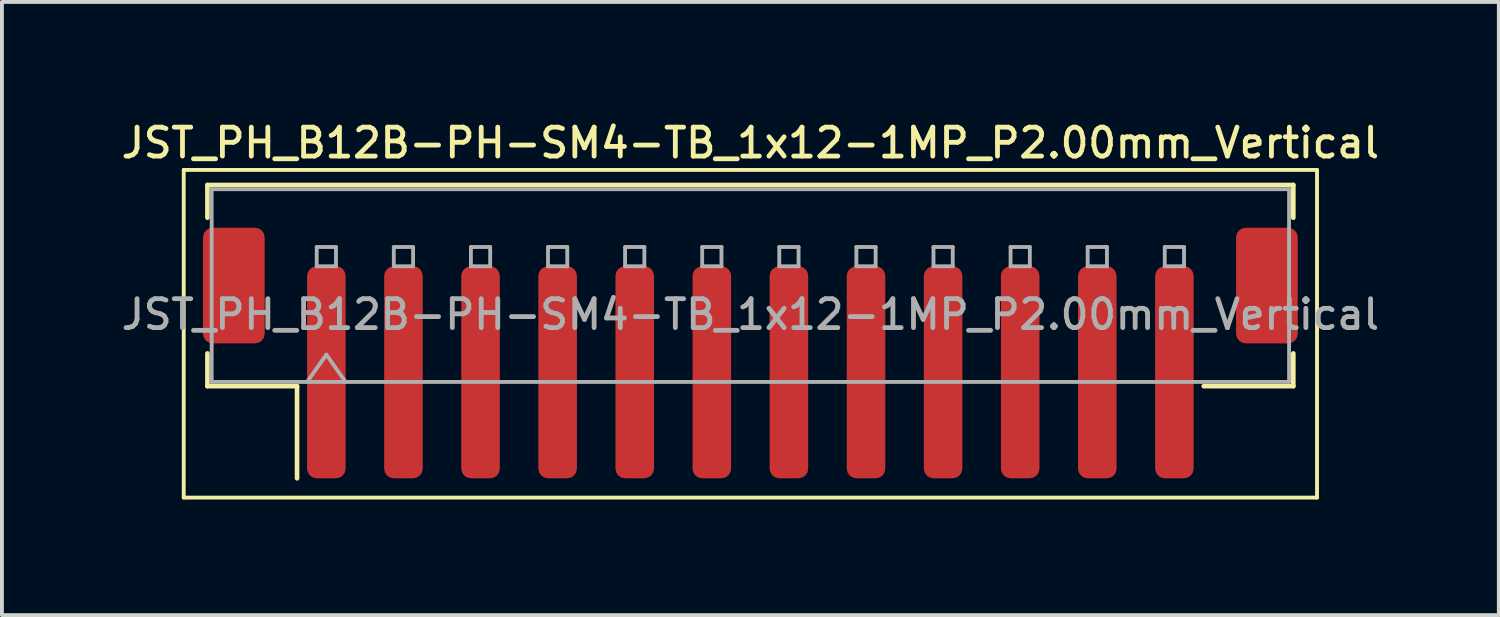
<source format=kicad_pcb>
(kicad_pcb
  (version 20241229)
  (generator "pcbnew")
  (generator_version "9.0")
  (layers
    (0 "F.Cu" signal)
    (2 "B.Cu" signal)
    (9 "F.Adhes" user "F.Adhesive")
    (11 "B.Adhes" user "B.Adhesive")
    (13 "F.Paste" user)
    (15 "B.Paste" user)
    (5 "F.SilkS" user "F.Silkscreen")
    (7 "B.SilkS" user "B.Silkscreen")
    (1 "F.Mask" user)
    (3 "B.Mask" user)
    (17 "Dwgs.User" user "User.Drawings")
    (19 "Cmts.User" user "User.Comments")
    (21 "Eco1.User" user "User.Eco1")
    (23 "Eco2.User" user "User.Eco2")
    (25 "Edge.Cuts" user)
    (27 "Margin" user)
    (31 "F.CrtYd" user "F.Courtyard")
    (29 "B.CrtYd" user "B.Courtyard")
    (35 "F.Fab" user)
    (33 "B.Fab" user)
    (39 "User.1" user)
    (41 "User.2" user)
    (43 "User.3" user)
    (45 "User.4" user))
  (footprint "JST_PH_B12B-PH-SM4-TB_1x12-1MP_P2.00mm_Vertical"
    (layer "F.Cu")
    (at 16.416 6.108)
    (property "Reference" "JST_PH_B12B-PH-SM4-TB_1x12-1MP_P2.00mm_Vertical" (at 0 -5.45 0) (layer "F.SilkS") (effects (font (size 0.75 0.75) (thickness 0.125))))
    (attr smd)
    (fp_line (start -14.7 -4.75) (end -14.7 3.75) (stroke (width 0.1) (type solid)) (layer "F.SilkS"))
    (fp_line (start -14.7 3.75) (end 14.7 3.75) (stroke (width 0.1) (type solid)) (layer "F.SilkS"))
    (fp_line (start -14.085 -4.36) (end 14.085 -4.36) (stroke (width 0.12) (type solid)) (layer "F.SilkS"))
    (fp_line (start -14.085 -3.51) (end -14.085 -4.36) (stroke (width 0.12) (type solid)) (layer "F.SilkS"))
    (fp_line (start -14.085 0.01) (end -14.085 0.86) (stroke (width 0.12) (type solid)) (layer "F.SilkS"))
    (fp_line (start -14.085 0.86) (end -11.76 0.86) (stroke (width 0.12) (type solid)) (layer "F.SilkS"))
    (fp_line (start -11.76 0.86) (end -11.76 3.25) (stroke (width 0.12) (type solid)) (layer "F.SilkS"))
    (fp_line (start 14.085 -4.36) (end 14.085 -3.51) (stroke (width 0.12) (type solid)) (layer "F.SilkS"))
    (fp_line (start 14.085 0.01) (end 14.085 0.86) (stroke (width 0.12) (type solid)) (layer "F.SilkS"))
    (fp_line (start 14.085 0.86) (end 11.76 0.86) (stroke (width 0.12) (type solid)) (layer "F.SilkS"))
    (fp_line (start 14.7 -4.75) (end -14.7 -4.75) (stroke (width 0.1) (type solid)) (layer "F.SilkS"))
    (fp_line (start 14.7 3.75) (end 14.7 -4.75) (stroke (width 0.1) (type solid)) (layer "F.SilkS"))
    (fp_line (start -13.975 -4.25) (end 13.975 -4.25) (stroke (width 0.1) (type solid)) (layer "F.Fab"))
    (fp_line (start -13.975 0.75) (end -13.975 -4.25) (stroke (width 0.1) (type solid)) (layer "F.Fab"))
    (fp_line (start -13.975 0.75) (end 13.975 0.75) (stroke (width 0.1) (type solid)) (layer "F.Fab"))
    (fp_line (start -11.5 0.75) (end -11 0.043) (stroke (width 0.1) (type solid)) (layer "F.Fab"))
    (fp_line (start -11.25 -2.75) (end -11.25 -2.25) (stroke (width 0.1) (type solid)) (layer "F.Fab"))
    (fp_line (start -11.25 -2.25) (end -10.75 -2.25) (stroke (width 0.1) (type solid)) (layer "F.Fab"))
    (fp_line (start -11 0.043) (end -10.5 0.75) (stroke (width 0.1) (type solid)) (layer "F.Fab"))
    (fp_line (start -10.75 -2.75) (end -11.25 -2.75) (stroke (width 0.1) (type solid)) (layer "F.Fab"))
    (fp_line (start -10.75 -2.25) (end -10.75 -2.75) (stroke (width 0.1) (type solid)) (layer "F.Fab"))
    (fp_line (start -9.25 -2.75) (end -9.25 -2.25) (stroke (width 0.1) (type solid)) (layer "F.Fab"))
    (fp_line (start -9.25 -2.25) (end -8.75 -2.25) (stroke (width 0.1) (type solid)) (layer "F.Fab"))
    (fp_line (start -8.75 -2.75) (end -9.25 -2.75) (stroke (width 0.1) (type solid)) (layer "F.Fab"))
    (fp_line (start -8.75 -2.25) (end -8.75 -2.75) (stroke (width 0.1) (type solid)) (layer "F.Fab"))
    (fp_line (start -7.25 -2.75) (end -7.25 -2.25) (stroke (width 0.1) (type solid)) (layer "F.Fab"))
    (fp_line (start -7.25 -2.25) (end -6.75 -2.25) (stroke (width 0.1) (type solid)) (layer "F.Fab"))
    (fp_line (start -6.75 -2.75) (end -7.25 -2.75) (stroke (width 0.1) (type solid)) (layer "F.Fab"))
    (fp_line (start -6.75 -2.25) (end -6.75 -2.75) (stroke (width 0.1) (type solid)) (layer "F.Fab"))
    (fp_line (start -5.25 -2.75) (end -5.25 -2.25) (stroke (width 0.1) (type solid)) (layer "F.Fab"))
    (fp_line (start -5.25 -2.25) (end -4.75 -2.25) (stroke (width 0.1) (type solid)) (layer "F.Fab"))
    (fp_line (start -4.75 -2.75) (end -5.25 -2.75) (stroke (width 0.1) (type solid)) (layer "F.Fab"))
    (fp_line (start -4.75 -2.25) (end -4.75 -2.75) (stroke (width 0.1) (type solid)) (layer "F.Fab"))
    (fp_line (start -3.25 -2.75) (end -3.25 -2.25) (stroke (width 0.1) (type solid)) (layer "F.Fab"))
    (fp_line (start -3.25 -2.25) (end -2.75 -2.25) (stroke (width 0.1) (type solid)) (layer "F.Fab"))
    (fp_line (start -2.75 -2.75) (end -3.25 -2.75) (stroke (width 0.1) (type solid)) (layer "F.Fab"))
    (fp_line (start -2.75 -2.25) (end -2.75 -2.75) (stroke (width 0.1) (type solid)) (layer "F.Fab"))
    (fp_line (start -1.25 -2.75) (end -1.25 -2.25) (stroke (width 0.1) (type solid)) (layer "F.Fab"))
    (fp_line (start -1.25 -2.25) (end -0.75 -2.25) (stroke (width 0.1) (type solid)) (layer "F.Fab"))
    (fp_line (start -0.75 -2.75) (end -1.25 -2.75) (stroke (width 0.1) (type solid)) (layer "F.Fab"))
    (fp_line (start -0.75 -2.25) (end -0.75 -2.75) (stroke (width 0.1) (type solid)) (layer "F.Fab"))
    (fp_line (start 0.75 -2.75) (end 0.75 -2.25) (stroke (width 0.1) (type solid)) (layer "F.Fab"))
    (fp_line (start 0.75 -2.25) (end 1.25 -2.25) (stroke (width 0.1) (type solid)) (layer "F.Fab"))
    (fp_line (start 1.25 -2.75) (end 0.75 -2.75) (stroke (width 0.1) (type solid)) (layer "F.Fab"))
    (fp_line (start 1.25 -2.25) (end 1.25 -2.75) (stroke (width 0.1) (type solid)) (layer "F.Fab"))
    (fp_line (start 2.75 -2.75) (end 2.75 -2.25) (stroke (width 0.1) (type solid)) (layer "F.Fab"))
    (fp_line (start 2.75 -2.25) (end 3.25 -2.25) (stroke (width 0.1) (type solid)) (layer "F.Fab"))
    (fp_line (start 3.25 -2.75) (end 2.75 -2.75) (stroke (width 0.1) (type solid)) (layer "F.Fab"))
    (fp_line (start 3.25 -2.25) (end 3.25 -2.75) (stroke (width 0.1) (type solid)) (layer "F.Fab"))
    (fp_line (start 4.75 -2.75) (end 4.75 -2.25) (stroke (width 0.1) (type solid)) (layer "F.Fab"))
    (fp_line (start 4.75 -2.25) (end 5.25 -2.25) (stroke (width 0.1) (type solid)) (layer "F.Fab"))
    (fp_line (start 5.25 -2.75) (end 4.75 -2.75) (stroke (width 0.1) (type solid)) (layer "F.Fab"))
    (fp_line (start 5.25 -2.25) (end 5.25 -2.75) (stroke (width 0.1) (type solid)) (layer "F.Fab"))
    (fp_line (start 6.75 -2.75) (end 6.75 -2.25) (stroke (width 0.1) (type solid)) (layer "F.Fab"))
    (fp_line (start 6.75 -2.25) (end 7.25 -2.25) (stroke (width 0.1) (type solid)) (layer "F.Fab"))
    (fp_line (start 7.25 -2.75) (end 6.75 -2.75) (stroke (width 0.1) (type solid)) (layer "F.Fab"))
    (fp_line (start 7.25 -2.25) (end 7.25 -2.75) (stroke (width 0.1) (type solid)) (layer "F.Fab"))
    (fp_line (start 8.75 -2.75) (end 8.75 -2.25) (stroke (width 0.1) (type solid)) (layer "F.Fab"))
    (fp_line (start 8.75 -2.25) (end 9.25 -2.25) (stroke (width 0.1) (type solid)) (layer "F.Fab"))
    (fp_line (start 9.25 -2.75) (end 8.75 -2.75) (stroke (width 0.1) (type solid)) (layer "F.Fab"))
    (fp_line (start 9.25 -2.25) (end 9.25 -2.75) (stroke (width 0.1) (type solid)) (layer "F.Fab"))
    (fp_line (start 10.75 -2.75) (end 10.75 -2.25) (stroke (width 0.1) (type solid)) (layer "F.Fab"))
    (fp_line (start 10.75 -2.25) (end 11.25 -2.25) (stroke (width 0.1) (type solid)) (layer "F.Fab"))
    (fp_line (start 11.25 -2.75) (end 10.75 -2.75) (stroke (width 0.1) (type solid)) (layer "F.Fab"))
    (fp_line (start 11.25 -2.25) (end 11.25 -2.75) (stroke (width 0.1) (type solid)) (layer "F.Fab"))
    (fp_line (start 13.975 0.75) (end 13.975 -4.25) (stroke (width 0.1) (type solid)) (layer "F.Fab"))
    (fp_text user "${REFERENCE}" (at 0 -1 0) (layer "F.Fab") (effects (font (size 0.75 0.75) (thickness 0.125))))
    (pad "1" smd roundrect (at -11 0.5) (size 1 5.5) (layers "F.Cu" "F.Mask" "F.Paste") (roundrect_rratio 0.25))
    (pad "2" smd roundrect (at -9 0.5) (size 1 5.5) (layers "F.Cu" "F.Mask" "F.Paste") (roundrect_rratio 0.25))
    (pad "3" smd roundrect (at -7 0.5) (size 1 5.5) (layers "F.Cu" "F.Mask" "F.Paste") (roundrect_rratio 0.25))
    (pad "4" smd roundrect (at -5 0.5) (size 1 5.5) (layers "F.Cu" "F.Mask" "F.Paste") (roundrect_rratio 0.25))
    (pad "5" smd roundrect (at -3 0.5) (size 1 5.5) (layers "F.Cu" "F.Mask" "F.Paste") (roundrect_rratio 0.25))
    (pad "6" smd roundrect (at -1 0.5) (size 1 5.5) (layers "F.Cu" "F.Mask" "F.Paste") (roundrect_rratio 0.25))
    (pad "7" smd roundrect (at 1 0.5) (size 1 5.5) (layers "F.Cu" "F.Mask" "F.Paste") (roundrect_rratio 0.25))
    (pad "8" smd roundrect (at 3 0.5) (size 1 5.5) (layers "F.Cu" "F.Mask" "F.Paste") (roundrect_rratio 0.25))
    (pad "9" smd roundrect (at 5 0.5) (size 1 5.5) (layers "F.Cu" "F.Mask" "F.Paste") (roundrect_rratio 0.25))
    (pad "10" smd roundrect (at 7 0.5) (size 1 5.5) (layers "F.Cu" "F.Mask" "F.Paste") (roundrect_rratio 0.25))
    (pad "11" smd roundrect (at 9 0.5) (size 1 5.5) (layers "F.Cu" "F.Mask" "F.Paste") (roundrect_rratio 0.25))
    (pad "12" smd roundrect (at 11 0.5) (size 1 5.5) (layers "F.Cu" "F.Mask" "F.Paste") (roundrect_rratio 0.25))
    (pad "MP" smd roundrect (at -13.4 -1.75) (size 1.6 3) (layers "F.Cu" "F.Mask" "F.Paste") (roundrect_rratio 0.156))
    (pad "MP" smd roundrect (at 13.4 -1.75) (size 1.6 3) (layers "F.Cu" "F.Mask" "F.Paste") (roundrect_rratio 0.156)))
  (gr_rect
    (start -3 -3)
    (end 35.832 12.908)
    (stroke (width 0.1) (type default))
    (fill no)
    (layer "Edge.Cuts")))
</source>
